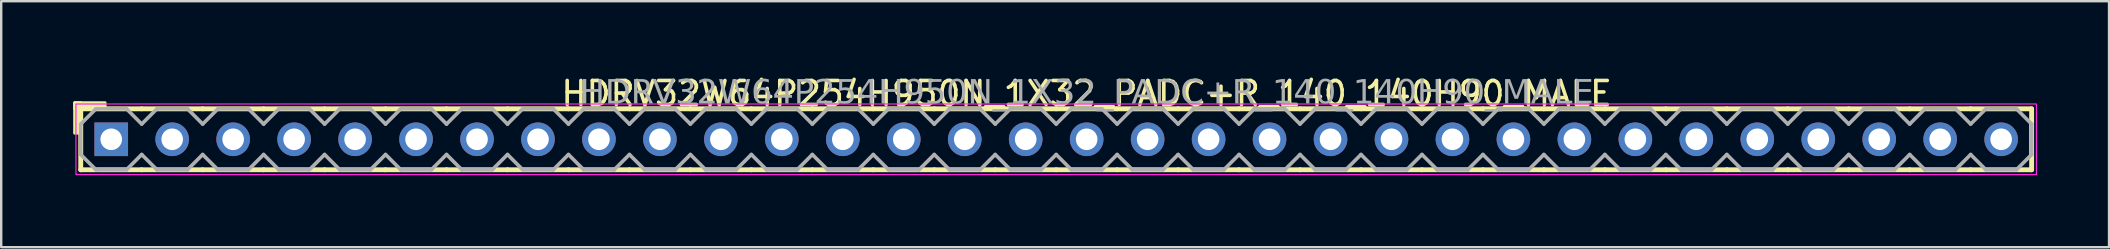
<source format=kicad_pcb>
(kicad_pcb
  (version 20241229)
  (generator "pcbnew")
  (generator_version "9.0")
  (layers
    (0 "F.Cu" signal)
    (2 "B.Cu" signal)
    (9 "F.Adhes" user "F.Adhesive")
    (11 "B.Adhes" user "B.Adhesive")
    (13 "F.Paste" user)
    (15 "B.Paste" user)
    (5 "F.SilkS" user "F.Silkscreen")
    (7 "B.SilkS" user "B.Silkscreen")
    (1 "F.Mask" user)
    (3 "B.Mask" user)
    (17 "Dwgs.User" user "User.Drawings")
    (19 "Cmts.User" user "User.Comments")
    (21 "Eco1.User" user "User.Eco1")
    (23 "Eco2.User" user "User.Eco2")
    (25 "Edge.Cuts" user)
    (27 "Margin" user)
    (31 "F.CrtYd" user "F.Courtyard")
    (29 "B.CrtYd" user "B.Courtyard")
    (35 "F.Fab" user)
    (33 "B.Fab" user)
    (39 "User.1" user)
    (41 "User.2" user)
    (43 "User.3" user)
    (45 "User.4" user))
  (footprint "HDRV32W64P254H950N_1X32_PADC+R_140_140H90_MALE"
    (layer "F.Cu")
    (at 40.954 2.753)
    (property "Reference" "HDRV32W64P254H950N_1X32_PADC+R_140_140H90_MALE" (at 1.27 -1.905 0) (layer "F.SilkS") (effects (font (size 1 1) (thickness 0.15))))
    (attr through_hole)
    (fp_line (start -40.64 1.27) (end -40.64 -1.27) (stroke (width 0.203) (type solid)) (layer "F.SilkS"))
    (fp_line (start -38.1 -1.27) (end -40.64 -1.27) (stroke (width 0.203) (type solid)) (layer "F.SilkS"))
    (fp_line (start -38.1 1.27) (end -40.64 1.27) (stroke (width 0.203) (type solid)) (layer "F.SilkS"))
    (fp_line (start -35.56 -1.27) (end -38.1 -1.27) (stroke (width 0.203) (type solid)) (layer "F.SilkS"))
    (fp_line (start -35.56 1.27) (end -38.1 1.27) (stroke (width 0.203) (type solid)) (layer "F.SilkS"))
    (fp_line (start -33.02 -1.27) (end -35.56 -1.27) (stroke (width 0.203) (type solid)) (layer "F.SilkS"))
    (fp_line (start -33.02 1.27) (end -35.56 1.27) (stroke (width 0.203) (type solid)) (layer "F.SilkS"))
    (fp_line (start -30.48 -1.27) (end -33.02 -1.27) (stroke (width 0.203) (type solid)) (layer "F.SilkS"))
    (fp_line (start -30.48 1.27) (end -33.02 1.27) (stroke (width 0.203) (type solid)) (layer "F.SilkS"))
    (fp_line (start -27.94 -1.27) (end -30.48 -1.27) (stroke (width 0.203) (type solid)) (layer "F.SilkS"))
    (fp_line (start -27.94 1.27) (end -30.48 1.27) (stroke (width 0.203) (type solid)) (layer "F.SilkS"))
    (fp_line (start -25.4 -1.27) (end -27.94 -1.27) (stroke (width 0.203) (type solid)) (layer "F.SilkS"))
    (fp_line (start -25.4 1.27) (end -27.94 1.27) (stroke (width 0.203) (type solid)) (layer "F.SilkS"))
    (fp_line (start -22.86 -1.27) (end -25.4 -1.27) (stroke (width 0.203) (type solid)) (layer "F.SilkS"))
    (fp_line (start -22.86 1.27) (end -25.4 1.27) (stroke (width 0.203) (type solid)) (layer "F.SilkS"))
    (fp_line (start -20.32 -1.27) (end -22.86 -1.27) (stroke (width 0.203) (type solid)) (layer "F.SilkS"))
    (fp_line (start -20.32 1.27) (end -22.86 1.27) (stroke (width 0.203) (type solid)) (layer "F.SilkS"))
    (fp_line (start -17.78 -1.27) (end -20.32 -1.27) (stroke (width 0.203) (type solid)) (layer "F.SilkS"))
    (fp_line (start -17.78 1.27) (end -20.32 1.27) (stroke (width 0.203) (type solid)) (layer "F.SilkS"))
    (fp_line (start -15.24 -1.27) (end -17.78 -1.27) (stroke (width 0.203) (type solid)) (layer "F.SilkS"))
    (fp_line (start -15.24 1.27) (end -17.78 1.27) (stroke (width 0.203) (type solid)) (layer "F.SilkS"))
    (fp_line (start -12.7 -1.27) (end -15.24 -1.27) (stroke (width 0.203) (type solid)) (layer "F.SilkS"))
    (fp_line (start -12.7 1.27) (end -15.24 1.27) (stroke (width 0.203) (type solid)) (layer "F.SilkS"))
    (fp_line (start -10.16 -1.27) (end -12.7 -1.27) (stroke (width 0.203) (type solid)) (layer "F.SilkS"))
    (fp_line (start -10.16 1.27) (end -12.7 1.27) (stroke (width 0.203) (type solid)) (layer "F.SilkS"))
    (fp_line (start -7.62 -1.27) (end -10.16 -1.27) (stroke (width 0.203) (type solid)) (layer "F.SilkS"))
    (fp_line (start -7.62 1.27) (end -10.16 1.27) (stroke (width 0.203) (type solid)) (layer "F.SilkS"))
    (fp_line (start -5.08 -1.27) (end -7.62 -1.27) (stroke (width 0.203) (type solid)) (layer "F.SilkS"))
    (fp_line (start -5.08 1.27) (end -7.62 1.27) (stroke (width 0.203) (type solid)) (layer "F.SilkS"))
    (fp_line (start -2.54 -1.27) (end -5.08 -1.27) (stroke (width 0.203) (type solid)) (layer "F.SilkS"))
    (fp_line (start -2.54 1.27) (end -5.08 1.27) (stroke (width 0.203) (type solid)) (layer "F.SilkS"))
    (fp_line (start 0 -1.27) (end -2.54 -1.27) (stroke (width 0.203) (type solid)) (layer "F.SilkS"))
    (fp_line (start 0 1.27) (end -2.54 1.27) (stroke (width 0.203) (type solid)) (layer "F.SilkS"))
    (fp_line (start 2.54 -1.27) (end 0 -1.27) (stroke (width 0.203) (type solid)) (layer "F.SilkS"))
    (fp_line (start 2.54 1.27) (end 0 1.27) (stroke (width 0.203) (type solid)) (layer "F.SilkS"))
    (fp_line (start 5.08 -1.27) (end 2.54 -1.27) (stroke (width 0.203) (type solid)) (layer "F.SilkS"))
    (fp_line (start 5.08 1.27) (end 2.54 1.27) (stroke (width 0.203) (type solid)) (layer "F.SilkS"))
    (fp_line (start 7.62 -1.27) (end 5.08 -1.27) (stroke (width 0.203) (type solid)) (layer "F.SilkS"))
    (fp_line (start 7.62 1.27) (end 5.08 1.27) (stroke (width 0.203) (type solid)) (layer "F.SilkS"))
    (fp_line (start 10.16 -1.27) (end 7.62 -1.27) (stroke (width 0.203) (type solid)) (layer "F.SilkS"))
    (fp_line (start 10.16 1.27) (end 7.62 1.27) (stroke (width 0.203) (type solid)) (layer "F.SilkS"))
    (fp_line (start 12.7 -1.27) (end 10.16 -1.27) (stroke (width 0.203) (type solid)) (layer "F.SilkS"))
    (fp_line (start 12.7 1.27) (end 10.16 1.27) (stroke (width 0.203) (type solid)) (layer "F.SilkS"))
    (fp_line (start 15.24 -1.27) (end 12.7 -1.27) (stroke (width 0.203) (type solid)) (layer "F.SilkS"))
    (fp_line (start 15.24 1.27) (end 12.7 1.27) (stroke (width 0.203) (type solid)) (layer "F.SilkS"))
    (fp_line (start 17.78 -1.27) (end 15.24 -1.27) (stroke (width 0.203) (type solid)) (layer "F.SilkS"))
    (fp_line (start 17.78 1.27) (end 15.24 1.27) (stroke (width 0.203) (type solid)) (layer "F.SilkS"))
    (fp_line (start 20.32 -1.27) (end 17.78 -1.27) (stroke (width 0.203) (type solid)) (layer "F.SilkS"))
    (fp_line (start 20.32 1.27) (end 17.78 1.27) (stroke (width 0.203) (type solid)) (layer "F.SilkS"))
    (fp_line (start 22.86 -1.27) (end 20.32 -1.27) (stroke (width 0.203) (type solid)) (layer "F.SilkS"))
    (fp_line (start 22.86 1.27) (end 20.32 1.27) (stroke (width 0.203) (type solid)) (layer "F.SilkS"))
    (fp_line (start 25.4 -1.27) (end 22.86 -1.27) (stroke (width 0.203) (type solid)) (layer "F.SilkS"))
    (fp_line (start 25.4 1.27) (end 22.86 1.27) (stroke (width 0.203) (type solid)) (layer "F.SilkS"))
    (fp_line (start 27.94 -1.27) (end 25.4 -1.27) (stroke (width 0.203) (type solid)) (layer "F.SilkS"))
    (fp_line (start 27.94 1.27) (end 25.4 1.27) (stroke (width 0.203) (type solid)) (layer "F.SilkS"))
    (fp_line (start 30.48 -1.27) (end 27.94 -1.27) (stroke (width 0.203) (type solid)) (layer "F.SilkS"))
    (fp_line (start 30.48 1.27) (end 27.94 1.27) (stroke (width 0.203) (type solid)) (layer "F.SilkS"))
    (fp_line (start 33.02 -1.27) (end 30.48 -1.27) (stroke (width 0.203) (type solid)) (layer "F.SilkS"))
    (fp_line (start 33.02 1.27) (end 30.48 1.27) (stroke (width 0.203) (type solid)) (layer "F.SilkS"))
    (fp_line (start 35.56 -1.27) (end 33.02 -1.27) (stroke (width 0.203) (type solid)) (layer "F.SilkS"))
    (fp_line (start 35.56 1.27) (end 33.02 1.27) (stroke (width 0.203) (type solid)) (layer "F.SilkS"))
    (fp_line (start 38.1 -1.27) (end 35.56 -1.27) (stroke (width 0.203) (type solid)) (layer "F.SilkS"))
    (fp_line (start 38.1 1.27) (end 35.56 1.27) (stroke (width 0.203) (type solid)) (layer "F.SilkS"))
    (fp_line (start 40.64 -1.27) (end 38.1 -1.27) (stroke (width 0.203) (type solid)) (layer "F.SilkS"))
    (fp_line (start 40.64 1.27) (end 38.1 1.27) (stroke (width 0.203) (type solid)) (layer "F.SilkS"))
    (fp_line (start 40.64 1.27) (end 40.64 -1.27) (stroke (width 0.203) (type solid)) (layer "F.SilkS"))
    (fp_rect (start -40.894 -0.254) (end -40.64 -1.524) (stroke (width 0.12) (type solid)) (fill yes) (layer "F.SilkS"))
    (fp_rect (start -39.624 -1.27) (end -40.894 -1.524) (stroke (width 0.12) (type solid)) (fill yes) (layer "F.SilkS"))
    (fp_rect (start -40.84 -1.47) (end 40.84 1.47) (stroke (width 0.05) (type default)) (fill no) (layer "F.CrtYd"))
    (fp_line (start -40.64 -0.635) (end -40.64 0.635) (stroke (width 0.152) (type solid)) (layer "F.Fab"))
    (fp_line (start -40.64 -0.635) (end -40.005 -1.27) (stroke (width 0.152) (type solid)) (layer "F.Fab"))
    (fp_line (start -40.005 -1.27) (end -38.735 -1.27) (stroke (width 0.152) (type solid)) (layer "F.Fab"))
    (fp_line (start -40.005 1.27) (end -40.64 0.635) (stroke (width 0.152) (type solid)) (layer "F.Fab"))
    (fp_line (start -38.735 -1.27) (end -38.1 -0.635) (stroke (width 0.152) (type solid)) (layer "F.Fab"))
    (fp_line (start -38.735 1.27) (end -40.005 1.27) (stroke (width 0.152) (type solid)) (layer "F.Fab"))
    (fp_line (start -38.1 -0.635) (end -37.465 -1.27) (stroke (width 0.152) (type solid)) (layer "F.Fab"))
    (fp_line (start -38.1 0.635) (end -38.735 1.27) (stroke (width 0.152) (type solid)) (layer "F.Fab"))
    (fp_line (start -37.465 -1.27) (end -36.195 -1.27) (stroke (width 0.152) (type solid)) (layer "F.Fab"))
    (fp_line (start -37.465 1.27) (end -38.1 0.635) (stroke (width 0.152) (type solid)) (layer "F.Fab"))
    (fp_line (start -36.195 -1.27) (end -35.56 -0.635) (stroke (width 0.152) (type solid)) (layer "F.Fab"))
    (fp_line (start -36.195 1.27) (end -37.465 1.27) (stroke (width 0.152) (type solid)) (layer "F.Fab"))
    (fp_line (start -35.56 -0.635) (end -34.925 -1.27) (stroke (width 0.152) (type solid)) (layer "F.Fab"))
    (fp_line (start -35.56 0.635) (end -36.195 1.27) (stroke (width 0.152) (type solid)) (layer "F.Fab"))
    (fp_line (start -34.925 -1.27) (end -33.655 -1.27) (stroke (width 0.152) (type solid)) (layer "F.Fab"))
    (fp_line (start -34.925 1.27) (end -35.56 0.635) (stroke (width 0.152) (type solid)) (layer "F.Fab"))
    (fp_line (start -33.655 -1.27) (end -33.02 -0.635) (stroke (width 0.152) (type solid)) (layer "F.Fab"))
    (fp_line (start -33.655 1.27) (end -34.925 1.27) (stroke (width 0.152) (type solid)) (layer "F.Fab"))
    (fp_line (start -33.02 -0.635) (end -32.385 -1.27) (stroke (width 0.152) (type solid)) (layer "F.Fab"))
    (fp_line (start -33.02 0.635) (end -33.655 1.27) (stroke (width 0.152) (type solid)) (layer "F.Fab"))
    (fp_line (start -32.385 -1.27) (end -31.115 -1.27) (stroke (width 0.152) (type solid)) (layer "F.Fab"))
    (fp_line (start -32.385 1.27) (end -33.02 0.635) (stroke (width 0.152) (type solid)) (layer "F.Fab"))
    (fp_line (start -31.115 -1.27) (end -30.48 -0.635) (stroke (width 0.152) (type solid)) (layer "F.Fab"))
    (fp_line (start -31.115 1.27) (end -32.385 1.27) (stroke (width 0.152) (type solid)) (layer "F.Fab"))
    (fp_line (start -30.48 -0.635) (end -29.845 -1.27) (stroke (width 0.152) (type solid)) (layer "F.Fab"))
    (fp_line (start -30.48 0.635) (end -31.115 1.27) (stroke (width 0.152) (type solid)) (layer "F.Fab"))
    (fp_line (start -29.845 -1.27) (end -28.575 -1.27) (stroke (width 0.152) (type solid)) (layer "F.Fab"))
    (fp_line (start -29.845 1.27) (end -30.48 0.635) (stroke (width 0.152) (type solid)) (layer "F.Fab"))
    (fp_line (start -28.575 -1.27) (end -27.94 -0.635) (stroke (width 0.152) (type solid)) (layer "F.Fab"))
    (fp_line (start -28.575 1.27) (end -29.845 1.27) (stroke (width 0.152) (type solid)) (layer "F.Fab"))
    (fp_line (start -27.94 -0.635) (end -27.305 -1.27) (stroke (width 0.152) (type solid)) (layer "F.Fab"))
    (fp_line (start -27.94 0.635) (end -28.575 1.27) (stroke (width 0.152) (type solid)) (layer "F.Fab"))
    (fp_line (start -27.305 -1.27) (end -26.035 -1.27) (stroke (width 0.152) (type solid)) (layer "F.Fab"))
    (fp_line (start -27.305 1.27) (end -27.94 0.635) (stroke (width 0.152) (type solid)) (layer "F.Fab"))
    (fp_line (start -26.035 -1.27) (end -25.4 -0.635) (stroke (width 0.152) (type solid)) (layer "F.Fab"))
    (fp_line (start -26.035 1.27) (end -27.305 1.27) (stroke (width 0.152) (type solid)) (layer "F.Fab"))
    (fp_line (start -25.4 -0.635) (end -24.765 -1.27) (stroke (width 0.152) (type solid)) (layer "F.Fab"))
    (fp_line (start -25.4 0.635) (end -26.035 1.27) (stroke (width 0.152) (type solid)) (layer "F.Fab"))
    (fp_line (start -24.765 -1.27) (end -23.495 -1.27) (stroke (width 0.152) (type solid)) (layer "F.Fab"))
    (fp_line (start -24.765 1.27) (end -25.4 0.635) (stroke (width 0.152) (type solid)) (layer "F.Fab"))
    (fp_line (start -23.495 -1.27) (end -22.86 -0.635) (stroke (width 0.152) (type solid)) (layer "F.Fab"))
    (fp_line (start -23.495 1.27) (end -24.765 1.27) (stroke (width 0.152) (type solid)) (layer "F.Fab"))
    (fp_line (start -22.86 -0.635) (end -22.225 -1.27) (stroke (width 0.152) (type solid)) (layer "F.Fab"))
    (fp_line (start -22.86 0.635) (end -23.495 1.27) (stroke (width 0.152) (type solid)) (layer "F.Fab"))
    (fp_line (start -22.225 -1.27) (end -20.955 -1.27) (stroke (width 0.152) (type solid)) (layer "F.Fab"))
    (fp_line (start -22.225 1.27) (end -22.86 0.635) (stroke (width 0.152) (type solid)) (layer "F.Fab"))
    (fp_line (start -20.955 -1.27) (end -20.32 -0.635) (stroke (width 0.152) (type solid)) (layer "F.Fab"))
    (fp_line (start -20.955 1.27) (end -22.225 1.27) (stroke (width 0.152) (type solid)) (layer "F.Fab"))
    (fp_line (start -20.32 -0.635) (end -19.685 -1.27) (stroke (width 0.152) (type solid)) (layer "F.Fab"))
    (fp_line (start -20.32 0.635) (end -20.955 1.27) (stroke (width 0.152) (type solid)) (layer "F.Fab"))
    (fp_line (start -19.685 -1.27) (end -18.415 -1.27) (stroke (width 0.152) (type solid)) (layer "F.Fab"))
    (fp_line (start -19.685 1.27) (end -20.32 0.635) (stroke (width 0.152) (type solid)) (layer "F.Fab"))
    (fp_line (start -18.415 -1.27) (end -17.78 -0.635) (stroke (width 0.152) (type solid)) (layer "F.Fab"))
    (fp_line (start -18.415 1.27) (end -19.685 1.27) (stroke (width 0.152) (type solid)) (layer "F.Fab"))
    (fp_line (start -17.78 -0.635) (end -17.145 -1.27) (stroke (width 0.152) (type solid)) (layer "F.Fab"))
    (fp_line (start -17.78 0.635) (end -18.415 1.27) (stroke (width 0.152) (type solid)) (layer "F.Fab"))
    (fp_line (start -17.145 -1.27) (end -15.875 -1.27) (stroke (width 0.152) (type solid)) (layer "F.Fab"))
    (fp_line (start -17.145 1.27) (end -17.78 0.635) (stroke (width 0.152) (type solid)) (layer "F.Fab"))
    (fp_line (start -15.875 -1.27) (end -15.24 -0.635) (stroke (width 0.152) (type solid)) (layer "F.Fab"))
    (fp_line (start -15.875 1.27) (end -17.145 1.27) (stroke (width 0.152) (type solid)) (layer "F.Fab"))
    (fp_line (start -15.24 -0.635) (end -14.605 -1.27) (stroke (width 0.152) (type solid)) (layer "F.Fab"))
    (fp_line (start -15.24 0.635) (end -15.875 1.27) (stroke (width 0.152) (type solid)) (layer "F.Fab"))
    (fp_line (start -14.605 -1.27) (end -13.335 -1.27) (stroke (width 0.152) (type solid)) (layer "F.Fab"))
    (fp_line (start -14.605 1.27) (end -15.24 0.635) (stroke (width 0.152) (type solid)) (layer "F.Fab"))
    (fp_line (start -13.335 -1.27) (end -12.7 -0.635) (stroke (width 0.152) (type solid)) (layer "F.Fab"))
    (fp_line (start -13.335 1.27) (end -14.605 1.27) (stroke (width 0.152) (type solid)) (layer "F.Fab"))
    (fp_line (start -12.7 -0.635) (end -12.065 -1.27) (stroke (width 0.152) (type solid)) (layer "F.Fab"))
    (fp_line (start -12.7 0.635) (end -13.335 1.27) (stroke (width 0.152) (type solid)) (layer "F.Fab"))
    (fp_line (start -12.065 -1.27) (end -10.795 -1.27) (stroke (width 0.152) (type solid)) (layer "F.Fab"))
    (fp_line (start -12.065 1.27) (end -12.7 0.635) (stroke (width 0.152) (type solid)) (layer "F.Fab"))
    (fp_line (start -10.795 -1.27) (end -10.16 -0.635) (stroke (width 0.152) (type solid)) (layer "F.Fab"))
    (fp_line (start -10.795 1.27) (end -12.065 1.27) (stroke (width 0.152) (type solid)) (layer "F.Fab"))
    (fp_line (start -10.16 -0.635) (end -9.525 -1.27) (stroke (width 0.152) (type solid)) (layer "F.Fab"))
    (fp_line (start -10.16 0.635) (end -10.795 1.27) (stroke (width 0.152) (type solid)) (layer "F.Fab"))
    (fp_line (start -9.525 -1.27) (end -8.255 -1.27) (stroke (width 0.152) (type solid)) (layer "F.Fab"))
    (fp_line (start -9.525 1.27) (end -10.16 0.635) (stroke (width 0.152) (type solid)) (layer "F.Fab"))
    (fp_line (start -8.255 -1.27) (end -7.62 -0.635) (stroke (width 0.152) (type solid)) (layer "F.Fab"))
    (fp_line (start -8.255 1.27) (end -9.525 1.27) (stroke (width 0.152) (type solid)) (layer "F.Fab"))
    (fp_line (start -7.62 -0.635) (end -6.985 -1.27) (stroke (width 0.152) (type solid)) (layer "F.Fab"))
    (fp_line (start -7.62 0.635) (end -8.255 1.27) (stroke (width 0.152) (type solid)) (layer "F.Fab"))
    (fp_line (start -6.985 -1.27) (end -5.715 -1.27) (stroke (width 0.152) (type solid)) (layer "F.Fab"))
    (fp_line (start -6.985 1.27) (end -7.62 0.635) (stroke (width 0.152) (type solid)) (layer "F.Fab"))
    (fp_line (start -5.715 -1.27) (end -5.08 -0.635) (stroke (width 0.152) (type solid)) (layer "F.Fab"))
    (fp_line (start -5.715 1.27) (end -6.985 1.27) (stroke (width 0.152) (type solid)) (layer "F.Fab"))
    (fp_line (start -5.08 -0.635) (end -4.445 -1.27) (stroke (width 0.152) (type solid)) (layer "F.Fab"))
    (fp_line (start -5.08 0.635) (end -5.715 1.27) (stroke (width 0.152) (type solid)) (layer "F.Fab"))
    (fp_line (start -4.445 -1.27) (end -3.175 -1.27) (stroke (width 0.152) (type solid)) (layer "F.Fab"))
    (fp_line (start -4.445 1.27) (end -5.08 0.635) (stroke (width 0.152) (type solid)) (layer "F.Fab"))
    (fp_line (start -3.175 -1.27) (end -2.54 -0.635) (stroke (width 0.152) (type solid)) (layer "F.Fab"))
    (fp_line (start -3.175 1.27) (end -4.445 1.27) (stroke (width 0.152) (type solid)) (layer "F.Fab"))
    (fp_line (start -2.54 -0.635) (end -1.905 -1.27) (stroke (width 0.152) (type solid)) (layer "F.Fab"))
    (fp_line (start -2.54 0.635) (end -3.175 1.27) (stroke (width 0.152) (type solid)) (layer "F.Fab"))
    (fp_line (start -1.905 -1.27) (end -0.635 -1.27) (stroke (width 0.152) (type solid)) (layer "F.Fab"))
    (fp_line (start -1.905 1.27) (end -2.54 0.635) (stroke (width 0.152) (type solid)) (layer "F.Fab"))
    (fp_line (start -0.635 -1.27) (end 0 -0.635) (stroke (width 0.152) (type solid)) (layer "F.Fab"))
    (fp_line (start -0.635 1.27) (end -1.905 1.27) (stroke (width 0.152) (type solid)) (layer "F.Fab"))
    (fp_line (start 0 -0.635) (end 0.635 -1.27) (stroke (width 0.152) (type solid)) (layer "F.Fab"))
    (fp_line (start 0 0.635) (end -0.635 1.27) (stroke (width 0.152) (type solid)) (layer "F.Fab"))
    (fp_line (start 0.635 -1.27) (end 1.905 -1.27) (stroke (width 0.152) (type solid)) (layer "F.Fab"))
    (fp_line (start 0.635 1.27) (end 0 0.635) (stroke (width 0.152) (type solid)) (layer "F.Fab"))
    (fp_line (start 1.905 -1.27) (end 2.54 -0.635) (stroke (width 0.152) (type solid)) (layer "F.Fab"))
    (fp_line (start 1.905 1.27) (end 0.635 1.27) (stroke (width 0.152) (type solid)) (layer "F.Fab"))
    (fp_line (start 2.54 -0.635) (end 3.175 -1.27) (stroke (width 0.152) (type solid)) (layer "F.Fab"))
    (fp_line (start 2.54 0.635) (end 1.905 1.27) (stroke (width 0.152) (type solid)) (layer "F.Fab"))
    (fp_line (start 3.175 -1.27) (end 4.445 -1.27) (stroke (width 0.152) (type solid)) (layer "F.Fab"))
    (fp_line (start 3.175 1.27) (end 2.54 0.635) (stroke (width 0.152) (type solid)) (layer "F.Fab"))
    (fp_line (start 4.445 -1.27) (end 5.08 -0.635) (stroke (width 0.152) (type solid)) (layer "F.Fab"))
    (fp_line (start 4.445 1.27) (end 3.175 1.27) (stroke (width 0.152) (type solid)) (layer "F.Fab"))
    (fp_line (start 5.08 -0.635) (end 5.715 -1.27) (stroke (width 0.152) (type solid)) (layer "F.Fab"))
    (fp_line (start 5.08 0.635) (end 4.445 1.27) (stroke (width 0.152) (type solid)) (layer "F.Fab"))
    (fp_line (start 5.715 -1.27) (end 6.985 -1.27) (stroke (width 0.152) (type solid)) (layer "F.Fab"))
    (fp_line (start 5.715 1.27) (end 5.08 0.635) (stroke (width 0.152) (type solid)) (layer "F.Fab"))
    (fp_line (start 6.985 -1.27) (end 7.62 -0.635) (stroke (width 0.152) (type solid)) (layer "F.Fab"))
    (fp_line (start 6.985 1.27) (end 5.715 1.27) (stroke (width 0.152) (type solid)) (layer "F.Fab"))
    (fp_line (start 7.62 -0.635) (end 8.255 -1.27) (stroke (width 0.152) (type solid)) (layer "F.Fab"))
    (fp_line (start 7.62 0.635) (end 6.985 1.27) (stroke (width 0.152) (type solid)) (layer "F.Fab"))
    (fp_line (start 8.255 -1.27) (end 9.525 -1.27) (stroke (width 0.152) (type solid)) (layer "F.Fab"))
    (fp_line (start 8.255 1.27) (end 7.62 0.635) (stroke (width 0.152) (type solid)) (layer "F.Fab"))
    (fp_line (start 9.525 -1.27) (end 10.16 -0.635) (stroke (width 0.152) (type solid)) (layer "F.Fab"))
    (fp_line (start 9.525 1.27) (end 8.255 1.27) (stroke (width 0.152) (type solid)) (layer "F.Fab"))
    (fp_line (start 10.16 -0.635) (end 10.795 -1.27) (stroke (width 0.152) (type solid)) (layer "F.Fab"))
    (fp_line (start 10.16 0.635) (end 9.525 1.27) (stroke (width 0.152) (type solid)) (layer "F.Fab"))
    (fp_line (start 10.795 -1.27) (end 12.065 -1.27) (stroke (width 0.152) (type solid)) (layer "F.Fab"))
    (fp_line (start 10.795 1.27) (end 10.16 0.635) (stroke (width 0.152) (type solid)) (layer "F.Fab"))
    (fp_line (start 12.065 -1.27) (end 12.7 -0.635) (stroke (width 0.152) (type solid)) (layer "F.Fab"))
    (fp_line (start 12.065 1.27) (end 10.795 1.27) (stroke (width 0.152) (type solid)) (layer "F.Fab"))
    (fp_line (start 12.7 -0.635) (end 13.335 -1.27) (stroke (width 0.152) (type solid)) (layer "F.Fab"))
    (fp_line (start 12.7 0.635) (end 12.065 1.27) (stroke (width 0.152) (type solid)) (layer "F.Fab"))
    (fp_line (start 13.335 -1.27) (end 14.605 -1.27) (stroke (width 0.152) (type solid)) (layer "F.Fab"))
    (fp_line (start 13.335 1.27) (end 12.7 0.635) (stroke (width 0.152) (type solid)) (layer "F.Fab"))
    (fp_line (start 14.605 -1.27) (end 15.24 -0.635) (stroke (width 0.152) (type solid)) (layer "F.Fab"))
    (fp_line (start 14.605 1.27) (end 13.335 1.27) (stroke (width 0.152) (type solid)) (layer "F.Fab"))
    (fp_line (start 15.24 -0.635) (end 15.875 -1.27) (stroke (width 0.152) (type solid)) (layer "F.Fab"))
    (fp_line (start 15.24 0.635) (end 14.605 1.27) (stroke (width 0.152) (type solid)) (layer "F.Fab"))
    (fp_line (start 15.875 -1.27) (end 17.145 -1.27) (stroke (width 0.152) (type solid)) (layer "F.Fab"))
    (fp_line (start 15.875 1.27) (end 15.24 0.635) (stroke (width 0.152) (type solid)) (layer "F.Fab"))
    (fp_line (start 17.145 -1.27) (end 17.78 -0.635) (stroke (width 0.152) (type solid)) (layer "F.Fab"))
    (fp_line (start 17.145 1.27) (end 15.875 1.27) (stroke (width 0.152) (type solid)) (layer "F.Fab"))
    (fp_line (start 17.78 -0.635) (end 18.415 -1.27) (stroke (width 0.152) (type solid)) (layer "F.Fab"))
    (fp_line (start 17.78 0.635) (end 17.145 1.27) (stroke (width 0.152) (type solid)) (layer "F.Fab"))
    (fp_line (start 18.415 -1.27) (end 19.685 -1.27) (stroke (width 0.152) (type solid)) (layer "F.Fab"))
    (fp_line (start 18.415 1.27) (end 17.78 0.635) (stroke (width 0.152) (type solid)) (layer "F.Fab"))
    (fp_line (start 19.685 -1.27) (end 20.32 -0.635) (stroke (width 0.152) (type solid)) (layer "F.Fab"))
    (fp_line (start 19.685 1.27) (end 18.415 1.27) (stroke (width 0.152) (type solid)) (layer "F.Fab"))
    (fp_line (start 20.32 -0.635) (end 20.955 -1.27) (stroke (width 0.152) (type solid)) (layer "F.Fab"))
    (fp_line (start 20.32 0.635) (end 19.685 1.27) (stroke (width 0.152) (type solid)) (layer "F.Fab"))
    (fp_line (start 20.955 -1.27) (end 22.225 -1.27) (stroke (width 0.152) (type solid)) (layer "F.Fab"))
    (fp_line (start 20.955 1.27) (end 20.32 0.635) (stroke (width 0.152) (type solid)) (layer "F.Fab"))
    (fp_line (start 22.225 -1.27) (end 22.86 -0.635) (stroke (width 0.152) (type solid)) (layer "F.Fab"))
    (fp_line (start 22.225 1.27) (end 20.955 1.27) (stroke (width 0.152) (type solid)) (layer "F.Fab"))
    (fp_line (start 22.86 -0.635) (end 23.495 -1.27) (stroke (width 0.152) (type solid)) (layer "F.Fab"))
    (fp_line (start 22.86 0.635) (end 22.225 1.27) (stroke (width 0.152) (type solid)) (layer "F.Fab"))
    (fp_line (start 23.495 -1.27) (end 24.765 -1.27) (stroke (width 0.152) (type solid)) (layer "F.Fab"))
    (fp_line (start 23.495 1.27) (end 22.86 0.635) (stroke (width 0.152) (type solid)) (layer "F.Fab"))
    (fp_line (start 24.765 -1.27) (end 25.4 -0.635) (stroke (width 0.152) (type solid)) (layer "F.Fab"))
    (fp_line (start 24.765 1.27) (end 23.495 1.27) (stroke (width 0.152) (type solid)) (layer "F.Fab"))
    (fp_line (start 25.4 -0.635) (end 26.035 -1.27) (stroke (width 0.152) (type solid)) (layer "F.Fab"))
    (fp_line (start 25.4 0.635) (end 24.765 1.27) (stroke (width 0.152) (type solid)) (layer "F.Fab"))
    (fp_line (start 26.035 -1.27) (end 27.305 -1.27) (stroke (width 0.152) (type solid)) (layer "F.Fab"))
    (fp_line (start 26.035 1.27) (end 25.4 0.635) (stroke (width 0.152) (type solid)) (layer "F.Fab"))
    (fp_line (start 27.305 -1.27) (end 27.94 -0.635) (stroke (width 0.152) (type solid)) (layer "F.Fab"))
    (fp_line (start 27.305 1.27) (end 26.035 1.27) (stroke (width 0.152) (type solid)) (layer "F.Fab"))
    (fp_line (start 27.94 -0.635) (end 28.575 -1.27) (stroke (width 0.152) (type solid)) (layer "F.Fab"))
    (fp_line (start 27.94 0.635) (end 27.305 1.27) (stroke (width 0.152) (type solid)) (layer "F.Fab"))
    (fp_line (start 28.575 -1.27) (end 29.845 -1.27) (stroke (width 0.152) (type solid)) (layer "F.Fab"))
    (fp_line (start 28.575 1.27) (end 27.94 0.635) (stroke (width 0.152) (type solid)) (layer "F.Fab"))
    (fp_line (start 29.845 -1.27) (end 30.48 -0.635) (stroke (width 0.152) (type solid)) (layer "F.Fab"))
    (fp_line (start 29.845 1.27) (end 28.575 1.27) (stroke (width 0.152) (type solid)) (layer "F.Fab"))
    (fp_line (start 30.48 -0.635) (end 31.115 -1.27) (stroke (width 0.152) (type solid)) (layer "F.Fab"))
    (fp_line (start 30.48 0.635) (end 29.845 1.27) (stroke (width 0.152) (type solid)) (layer "F.Fab"))
    (fp_line (start 31.115 -1.27) (end 32.385 -1.27) (stroke (width 0.152) (type solid)) (layer "F.Fab"))
    (fp_line (start 31.115 1.27) (end 30.48 0.635) (stroke (width 0.152) (type solid)) (layer "F.Fab"))
    (fp_line (start 32.385 -1.27) (end 33.02 -0.635) (stroke (width 0.152) (type solid)) (layer "F.Fab"))
    (fp_line (start 32.385 1.27) (end 31.115 1.27) (stroke (width 0.152) (type solid)) (layer "F.Fab"))
    (fp_line (start 33.02 -0.635) (end 33.655 -1.27) (stroke (width 0.152) (type solid)) (layer "F.Fab"))
    (fp_line (start 33.02 0.635) (end 32.385 1.27) (stroke (width 0.152) (type solid)) (layer "F.Fab"))
    (fp_line (start 33.655 -1.27) (end 34.925 -1.27) (stroke (width 0.152) (type solid)) (layer "F.Fab"))
    (fp_line (start 33.655 1.27) (end 33.02 0.635) (stroke (width 0.152) (type solid)) (layer "F.Fab"))
    (fp_line (start 34.925 -1.27) (end 35.56 -0.635) (stroke (width 0.152) (type solid)) (layer "F.Fab"))
    (fp_line (start 34.925 1.27) (end 33.655 1.27) (stroke (width 0.152) (type solid)) (layer "F.Fab"))
    (fp_line (start 35.56 -0.635) (end 36.195 -1.27) (stroke (width 0.152) (type solid)) (layer "F.Fab"))
    (fp_line (start 35.56 0.635) (end 34.925 1.27) (stroke (width 0.152) (type solid)) (layer "F.Fab"))
    (fp_line (start 36.195 -1.27) (end 37.465 -1.27) (stroke (width 0.152) (type solid)) (layer "F.Fab"))
    (fp_line (start 36.195 1.27) (end 35.56 0.635) (stroke (width 0.152) (type solid)) (layer "F.Fab"))
    (fp_line (start 37.465 -1.27) (end 38.1 -0.635) (stroke (width 0.152) (type solid)) (layer "F.Fab"))
    (fp_line (start 37.465 1.27) (end 36.195 1.27) (stroke (width 0.152) (type solid)) (layer "F.Fab"))
    (fp_line (start 38.1 -0.635) (end 38.735 -1.27) (stroke (width 0.152) (type solid)) (layer "F.Fab"))
    (fp_line (start 38.1 0.635) (end 37.465 1.27) (stroke (width 0.152) (type solid)) (layer "F.Fab"))
    (fp_line (start 38.735 -1.27) (end 40.005 -1.27) (stroke (width 0.152) (type solid)) (layer "F.Fab"))
    (fp_line (start 38.735 1.27) (end 38.1 0.635) (stroke (width 0.152) (type solid)) (layer "F.Fab"))
    (fp_line (start 40.005 -1.27) (end 40.64 -0.635) (stroke (width 0.152) (type solid)) (layer "F.Fab"))
    (fp_line (start 40.005 1.27) (end 38.735 1.27) (stroke (width 0.152) (type solid)) (layer "F.Fab"))
    (fp_line (start 40.64 -0.635) (end 40.64 0.635) (stroke (width 0.152) (type solid)) (layer "F.Fab"))
    (fp_line (start 40.64 0.635) (end 40.005 1.27) (stroke (width 0.152) (type solid)) (layer "F.Fab"))
    (fp_rect (start -39.116 -0.254) (end -39.624 0.254) (stroke (width 0.152) (type solid)) (fill no) (layer "F.Fab"))
    (fp_rect (start -36.576 -0.254) (end -37.084 0.254) (stroke (width 0.152) (type solid)) (fill no) (layer "F.Fab"))
    (fp_rect (start -34.036 -0.254) (end -34.544 0.254) (stroke (width 0.152) (type solid)) (fill no) (layer "F.Fab"))
    (fp_rect (start -31.496 -0.254) (end -32.004 0.254) (stroke (width 0.152) (type solid)) (fill no) (layer "F.Fab"))
    (fp_rect (start -28.956 -0.254) (end -29.464 0.254) (stroke (width 0.152) (type solid)) (fill no) (layer "F.Fab"))
    (fp_rect (start -26.416 -0.254) (end -26.924 0.254) (stroke (width 0.152) (type solid)) (fill no) (layer "F.Fab"))
    (fp_rect (start -23.876 -0.254) (end -24.384 0.254) (stroke (width 0.152) (type solid)) (fill no) (layer "F.Fab"))
    (fp_rect (start -21.336 -0.254) (end -21.844 0.254) (stroke (width 0.152) (type solid)) (fill no) (layer "F.Fab"))
    (fp_rect (start -18.796 -0.254) (end -19.304 0.254) (stroke (width 0.152) (type solid)) (fill no) (layer "F.Fab"))
    (fp_rect (start -16.256 -0.254) (end -16.764 0.254) (stroke (width 0.152) (type solid)) (fill no) (layer "F.Fab"))
    (fp_rect (start -13.716 -0.254) (end -14.224 0.254) (stroke (width 0.152) (type solid)) (fill no) (layer "F.Fab"))
    (fp_rect (start -11.176 -0.254) (end -11.684 0.254) (stroke (width 0.152) (type solid)) (fill no) (layer "F.Fab"))
    (fp_rect (start -8.636 -0.254) (end -9.144 0.254) (stroke (width 0.152) (type solid)) (fill no) (layer "F.Fab"))
    (fp_rect (start -6.096 -0.254) (end -6.604 0.254) (stroke (width 0.152) (type solid)) (fill no) (layer "F.Fab"))
    (fp_rect (start -3.556 -0.254) (end -4.064 0.254) (stroke (width 0.152) (type solid)) (fill no) (layer "F.Fab"))
    (fp_rect (start -1.016 -0.254) (end -1.524 0.254) (stroke (width 0.152) (type solid)) (fill no) (layer "F.Fab"))
    (fp_rect (start 1.524 -0.254) (end 1.016 0.254) (stroke (width 0.152) (type solid)) (fill no) (layer "F.Fab"))
    (fp_rect (start 4.064 -0.254) (end 3.556 0.254) (stroke (width 0.152) (type solid)) (fill no) (layer "F.Fab"))
    (fp_rect (start 6.604 -0.254) (end 6.096 0.254) (stroke (width 0.152) (type solid)) (fill no) (layer "F.Fab"))
    (fp_rect (start 9.144 -0.254) (end 8.636 0.254) (stroke (width 0.152) (type solid)) (fill no) (layer "F.Fab"))
    (fp_rect (start 11.684 -0.254) (end 11.176 0.254) (stroke (width 0.152) (type solid)) (fill no) (layer "F.Fab"))
    (fp_rect (start 14.224 -0.254) (end 13.716 0.254) (stroke (width 0.152) (type solid)) (fill no) (layer "F.Fab"))
    (fp_rect (start 16.764 -0.254) (end 16.256 0.254) (stroke (width 0.152) (type solid)) (fill no) (layer "F.Fab"))
    (fp_rect (start 19.304 -0.254) (end 18.796 0.254) (stroke (width 0.152) (type solid)) (fill no) (layer "F.Fab"))
    (fp_rect (start 21.844 -0.254) (end 21.336 0.254) (stroke (width 0.152) (type solid)) (fill no) (layer "F.Fab"))
    (fp_rect (start 24.384 -0.254) (end 23.876 0.254) (stroke (width 0.152) (type solid)) (fill no) (layer "F.Fab"))
    (fp_rect (start 26.924 -0.254) (end 26.416 0.254) (stroke (width 0.152) (type solid)) (fill no) (layer "F.Fab"))
    (fp_rect (start 29.464 -0.254) (end 28.956 0.254) (stroke (width 0.152) (type solid)) (fill no) (layer "F.Fab"))
    (fp_rect (start 32.004 -0.254) (end 31.496 0.254) (stroke (width 0.152) (type solid)) (fill no) (layer "F.Fab"))
    (fp_rect (start 34.544 -0.254) (end 34.036 0.254) (stroke (width 0.152) (type solid)) (fill no) (layer "F.Fab"))
    (fp_rect (start 37.084 -0.254) (end 36.576 0.254) (stroke (width 0.152) (type solid)) (fill no) (layer "F.Fab"))
    (fp_rect (start 39.624 -0.254) (end 39.116 0.254) (stroke (width 0.152) (type solid)) (fill no) (layer "F.Fab"))
    (fp_text user "${REFERENCE}" (at 1.27 -1.905 0) (layer "F.Fab") (effects (font (face "Tahoma") (size 1 1) (thickness 0.15))))
    (pad "1" thru_hole rect (at -39.37 0) (size 1.4 1.4) (drill 0.9) (layers "*.Cu" "*.Mask"))
    (pad "2" thru_hole circle (at -36.83 0) (size 1.4 1.4) (drill 0.9) (layers "*.Cu" "*.Mask"))
    (pad "3" thru_hole circle (at -34.29 0) (size 1.4 1.4) (drill 0.9) (layers "*.Cu" "*.Mask"))
    (pad "4" thru_hole circle (at -31.75 0) (size 1.4 1.4) (drill 0.9) (layers "*.Cu" "*.Mask"))
    (pad "5" thru_hole circle (at -29.21 0) (size 1.4 1.4) (drill 0.9) (layers "*.Cu" "*.Mask"))
    (pad "6" thru_hole circle (at -26.67 0) (size 1.4 1.4) (drill 0.9) (layers "*.Cu" "*.Mask"))
    (pad "7" thru_hole circle (at -24.13 0) (size 1.4 1.4) (drill 0.9) (layers "*.Cu" "*.Mask"))
    (pad "8" thru_hole circle (at -21.59 0) (size 1.4 1.4) (drill 0.9) (layers "*.Cu" "*.Mask"))
    (pad "9" thru_hole circle (at -19.05 0) (size 1.4 1.4) (drill 0.9) (layers "*.Cu" "*.Mask"))
    (pad "10" thru_hole circle (at -16.51 0) (size 1.4 1.4) (drill 0.9) (layers "*.Cu" "*.Mask"))
    (pad "11" thru_hole circle (at -13.97 0) (size 1.4 1.4) (drill 0.9) (layers "*.Cu" "*.Mask"))
    (pad "12" thru_hole circle (at -11.43 0) (size 1.4 1.4) (drill 0.9) (layers "*.Cu" "*.Mask"))
    (pad "13" thru_hole circle (at -8.89 0) (size 1.4 1.4) (drill 0.9) (layers "*.Cu" "*.Mask"))
    (pad "14" thru_hole circle (at -6.35 0) (size 1.4 1.4) (drill 0.9) (layers "*.Cu" "*.Mask"))
    (pad "15" thru_hole circle (at -3.81 0) (size 1.4 1.4) (drill 0.9) (layers "*.Cu" "*.Mask"))
    (pad "16" thru_hole circle (at -1.27 0) (size 1.4 1.4) (drill 0.9) (layers "*.Cu" "*.Mask"))
    (pad "17" thru_hole circle (at 1.27 0) (size 1.4 1.4) (drill 0.9) (layers "*.Cu" "*.Mask"))
    (pad "18" thru_hole circle (at 3.81 0) (size 1.4 1.4) (drill 0.9) (layers "*.Cu" "*.Mask"))
    (pad "19" thru_hole circle (at 6.35 0) (size 1.4 1.4) (drill 0.9) (layers "*.Cu" "*.Mask"))
    (pad "20" thru_hole circle (at 8.89 0) (size 1.4 1.4) (drill 0.9) (layers "*.Cu" "*.Mask"))
    (pad "21" thru_hole circle (at 11.43 0) (size 1.4 1.4) (drill 0.9) (layers "*.Cu" "*.Mask"))
    (pad "22" thru_hole circle (at 13.97 0) (size 1.4 1.4) (drill 0.9) (layers "*.Cu" "*.Mask"))
    (pad "23" thru_hole circle (at 16.51 0) (size 1.4 1.4) (drill 0.9) (layers "*.Cu" "*.Mask"))
    (pad "24" thru_hole circle (at 19.05 0) (size 1.4 1.4) (drill 0.9) (layers "*.Cu" "*.Mask"))
    (pad "25" thru_hole circle (at 21.59 0) (size 1.4 1.4) (drill 0.9) (layers "*.Cu" "*.Mask"))
    (pad "26" thru_hole circle (at 24.13 0) (size 1.4 1.4) (drill 0.9) (layers "*.Cu" "*.Mask"))
    (pad "27" thru_hole circle (at 26.67 0) (size 1.4 1.4) (drill 0.9) (layers "*.Cu" "*.Mask"))
    (pad "28" thru_hole circle (at 29.21 0) (size 1.4 1.4) (drill 0.9) (layers "*.Cu" "*.Mask"))
    (pad "29" thru_hole circle (at 31.75 0) (size 1.4 1.4) (drill 0.9) (layers "*.Cu" "*.Mask"))
    (pad "30" thru_hole circle (at 34.29 0) (size 1.4 1.4) (drill 0.9) (layers "*.Cu" "*.Mask"))
    (pad "31" thru_hole circle (at 36.83 0) (size 1.4 1.4) (drill 0.9) (layers "*.Cu" "*.Mask"))
    (pad "32" thru_hole circle (at 39.37 0) (size 1.4 1.4) (drill 0.9) (layers "*.Cu" "*.Mask")))
  (gr_rect
    (start -3 -3)
    (end 84.819 7.248)
    (stroke (width 0.1) (type default))
    (fill no)
    (layer "Edge.Cuts")))
</source>
